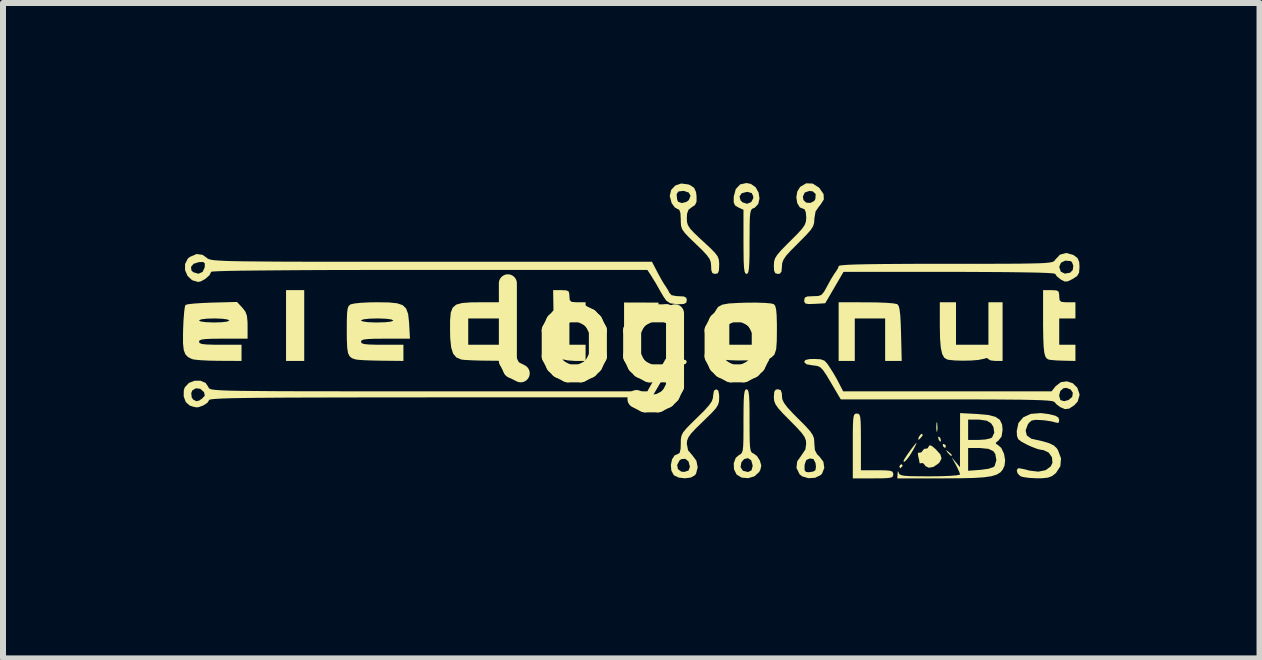
<source format=kicad_pcb>
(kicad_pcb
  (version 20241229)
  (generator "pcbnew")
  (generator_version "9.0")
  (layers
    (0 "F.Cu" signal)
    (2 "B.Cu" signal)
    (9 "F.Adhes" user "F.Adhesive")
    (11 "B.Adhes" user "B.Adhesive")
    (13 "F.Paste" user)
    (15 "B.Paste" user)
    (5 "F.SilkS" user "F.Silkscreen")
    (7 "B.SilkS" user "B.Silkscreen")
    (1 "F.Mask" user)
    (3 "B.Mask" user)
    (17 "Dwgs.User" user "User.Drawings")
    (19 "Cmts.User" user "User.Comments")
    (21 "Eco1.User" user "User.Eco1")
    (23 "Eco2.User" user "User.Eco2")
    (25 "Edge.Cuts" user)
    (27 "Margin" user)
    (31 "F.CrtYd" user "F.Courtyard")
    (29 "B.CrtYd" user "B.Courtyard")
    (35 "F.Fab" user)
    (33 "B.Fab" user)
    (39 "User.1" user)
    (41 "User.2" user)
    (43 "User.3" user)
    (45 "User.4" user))
  (footprint "logo"
    (layer "F.Cu")
    (at 7.485 2.493)
    (property "Reference" "logo" (at 0 0 0) (layer "F.SilkS") (effects (font (size 1.5 1.5) (thickness 0.3))))
    (attr board_only exclude_from_pos_files exclude_from_bom)
    (fp_poly (pts (xy 5.126 1.745) (xy 5.139 1.769) (xy 5.147 1.817) (xy 5.125 1.808) (xy 5.109 1.786) (xy 5.099 1.741) (xy 5.103 1.733)) (stroke (width 0) (type solid)) (fill yes) (layer "F.SilkS"))
    (fp_poly (pts (xy -5.465 -0.118) (xy -5.465 0.472) (xy -5.616 0.472) (xy -5.768 0.472) (xy -5.768 -0.118) (xy -5.768 -0.708) (xy -5.616 -0.708) (xy -5.465 -0.708)) (stroke (width 0) (type solid)) (fill yes) (layer "F.SilkS"))
    (fp_poly (pts (xy 4.508 2.213) (xy 4.503 2.226) (xy 4.473 2.258) (xy 4.467 2.26) (xy 4.453 2.234) (xy 4.453 2.226) (xy 4.479 2.194) (xy 4.488 2.193)) (stroke (width 0) (type solid)) (fill yes) (layer "F.SilkS"))
    (fp_poly (pts (xy 4.843 1.707) (xy 4.824 1.737) (xy 4.784 1.779) (xy 4.77 1.788) (xy 4.77 1.762) (xy 4.778 1.737) (xy 4.813 1.692) (xy 4.831 1.687)) (stroke (width 0) (type solid)) (fill yes) (layer "F.SilkS"))
    (fp_poly (pts (xy 5.084 1.51) (xy 5.089 1.598) (xy 5.083 1.645) (xy 5.074 1.653) (xy 5.069 1.604) (xy 5.068 1.569) (xy 5.072 1.503) (xy 5.079 1.493)) (stroke (width 0) (type solid)) (fill yes) (layer "F.SilkS"))
    (fp_poly (pts (xy 5.227 1.88) (xy 5.228 1.889) (xy 5.217 1.922) (xy 5.214 1.923) (xy 5.185 1.899) (xy 5.178 1.889) (xy 5.18 1.858) (xy 5.193 1.855)) (stroke (width 0) (type solid)) (fill yes) (layer "F.SilkS"))
    (fp_poly (pts (xy 5.246 1.967) (xy 5.271 1.986) (xy 5.317 2.027) (xy 5.33 2.045) (xy 5.313 2.055) (xy 5.268 2.012) (xy 5.258 1.999) (xy 5.229 1.959)) (stroke (width 0) (type solid)) (fill yes) (layer "F.SilkS"))
    (fp_poly (pts (xy 0.152 -0.501) (xy 0.439 -0.5) (xy 0.439 -0.368) (xy 0.439 -0.236) (xy 0.287 -0.236) (xy 0.135 -0.236) (xy 0.135 0.118) (xy 0.135 0.472) (xy 0 0.472) (xy -0.135 0.472) (xy -0.135 -0.015) (xy -0.135 -0.502)) (stroke (width 0) (type solid)) (fill yes) (layer "F.SilkS"))
    (fp_poly (pts (xy 4.738 1.845) (xy 4.714 1.897) (xy 4.686 1.95) (xy 4.628 2.046) (xy 4.575 2.117) (xy 4.535 2.154) (xy 4.52 2.144) (xy 4.538 2.106) (xy 4.584 2.035) (xy 4.643 1.952) (xy 4.702 1.876) (xy 4.734 1.838)) (stroke (width 0) (type solid)) (fill yes) (layer "F.SilkS"))
    (fp_poly (pts (xy 3.904 -0.505) (xy 4.078 -0.503) (xy 4.23 -0.497) (xy 4.346 -0.488) (xy 4.412 -0.476) (xy 4.419 -0.473) (xy 4.441 -0.445) (xy 4.456 -0.388) (xy 4.468 -0.29) (xy 4.476 -0.142) (xy 4.481 0.016) (xy 4.492 0.472) (xy 4.354 0.472) (xy 4.216 0.472) (xy 4.216 0.118) (xy 4.216 -0.236) (xy 3.963 -0.236) (xy 3.71 -0.236) (xy 3.71 0.118) (xy 3.71 0.472) (xy 3.576 0.472) (xy 3.441 0.472) (xy 3.441 -0.017) (xy 3.441 -0.506)) (stroke (width 0) (type solid)) (fill yes) (layer "F.SilkS"))
    (fp_poly (pts (xy 4.997 1.891) (xy 5.06 1.945) (xy 5.136 2.029) (xy 5.156 2.096) (xy 5.124 2.16) (xy 5.101 2.184) (xy 5.021 2.238) (xy 4.943 2.252) (xy 4.887 2.224) (xy 4.879 2.209) (xy 4.845 2.173) (xy 4.824 2.176) (xy 4.792 2.178) (xy 4.789 2.169) (xy 4.781 2.118) (xy 4.767 2.061) (xy 4.761 2.004) (xy 4.781 2.002) (xy 4.821 1.995) (xy 4.837 1.971) (xy 4.869 1.935) (xy 4.887 1.937) (xy 4.923 1.928) (xy 4.938 1.903) (xy 4.959 1.876)) (stroke (width 0) (type solid)) (fill yes) (layer "F.SilkS"))
    (fp_poly (pts (xy -2.024 -0.371) (xy -2.024 -0.236) (xy -2.378 -0.236) (xy -2.732 -0.236) (xy -2.732 -0.017) (xy -2.732 0.202) (xy -2.344 0.202) (xy -1.956 0.202) (xy -1.956 0.337) (xy -1.956 0.472) (xy -2.37 0.468) (xy -2.536 0.466) (xy -2.682 0.461) (xy -2.792 0.455) (xy -2.85 0.448) (xy -2.929 0.415) (xy -2.983 0.352) (xy -3.016 0.25) (xy -3.032 0.097) (xy -3.035 -0.042) (xy -3.034 -0.211) (xy -3.023 -0.333) (xy -2.992 -0.415) (xy -2.933 -0.466) (xy -2.836 -0.493) (xy -2.691 -0.504) (xy -2.489 -0.506) (xy -2.462 -0.506) (xy -2.024 -0.506)) (stroke (width 0) (type solid)) (fill yes) (layer "F.SilkS"))
    (fp_poly (pts (xy 3.771 1.353) (xy 3.789 1.37) (xy 3.801 1.412) (xy 3.808 1.488) (xy 3.811 1.61) (xy 3.812 1.786) (xy 3.812 1.822) (xy 3.812 2.294) (xy 4.082 2.294) (xy 4.216 2.295) (xy 4.297 2.302) (xy 4.337 2.317) (xy 4.35 2.343) (xy 4.351 2.361) (xy 4.347 2.392) (xy 4.325 2.412) (xy 4.273 2.423) (xy 4.18 2.428) (xy 4.032 2.429) (xy 4.014 2.429) (xy 3.677 2.429) (xy 3.677 1.889) (xy 3.677 1.687) (xy 3.679 1.543) (xy 3.684 1.447) (xy 3.693 1.389) (xy 3.707 1.36) (xy 3.727 1.35) (xy 3.744 1.349)) (stroke (width 0) (type solid)) (fill yes) (layer "F.SilkS"))
    (fp_poly (pts (xy 5.397 -0.152) (xy 5.397 0.202) (xy 5.667 0.202) (xy 5.937 0.202) (xy 5.937 -0.152) (xy 5.937 -0.506) (xy 6.055 -0.506) (xy 6.173 -0.506) (xy 6.173 -0.017) (xy 6.173 0.472) (xy 6.055 0.472) (xy 5.977 0.464) (xy 5.938 0.444) (xy 5.937 0.439) (xy 5.91 0.423) (xy 5.85 0.439) (xy 5.771 0.455) (xy 5.65 0.465) (xy 5.51 0.468) (xy 5.375 0.464) (xy 5.271 0.453) (xy 5.252 0.449) (xy 5.202 0.42) (xy 5.167 0.358) (xy 5.144 0.255) (xy 5.131 0.102) (xy 5.127 -0.109) (xy 5.127 -0.12) (xy 5.127 -0.506) (xy 5.262 -0.506) (xy 5.397 -0.506)) (stroke (width 0) (type solid)) (fill yes) (layer "F.SilkS"))
    (fp_poly (pts (xy -1.095 -0.704) (xy -1.056 -0.683) (xy -1.046 -0.63) (xy -1.046 -0.607) (xy -1.04 -0.542) (xy -1.011 -0.513) (xy -0.94 -0.506) (xy -0.911 -0.506) (xy -0.776 -0.506) (xy -0.776 -0.371) (xy -0.776 -0.236) (xy -0.911 -0.236) (xy -1.046 -0.236) (xy -1.046 -0.017) (xy -1.046 0.202) (xy -0.911 0.202) (xy -0.776 0.202) (xy -0.776 0.337) (xy -0.776 0.472) (xy -0.953 0.472) (xy -1.073 0.463) (xy -1.177 0.442) (xy -1.214 0.429) (xy -1.246 0.411) (xy -1.268 0.388) (xy -1.284 0.35) (xy -1.294 0.285) (xy -1.3 0.183) (xy -1.304 0.035) (xy -1.308 -0.161) (xy -1.317 -0.708) (xy -1.181 -0.708)) (stroke (width 0) (type solid)) (fill yes) (layer "F.SilkS"))
    (fp_poly (pts (xy 7.069 -0.704) (xy 7.107 -0.683) (xy 7.117 -0.629) (xy 7.117 -0.607) (xy 7.123 -0.542) (xy 7.152 -0.513) (xy 7.223 -0.506) (xy 7.252 -0.506) (xy 7.387 -0.506) (xy 7.387 -0.371) (xy 7.387 -0.236) (xy 7.252 -0.236) (xy 7.117 -0.236) (xy 7.117 -0.017) (xy 7.117 0.202) (xy 7.252 0.202) (xy 7.387 0.202) (xy 7.387 0.337) (xy 7.387 0.472) (xy 7.193 0.468) (xy 7.077 0.464) (xy 6.982 0.456) (xy 6.944 0.45) (xy 6.91 0.433) (xy 6.885 0.397) (xy 6.868 0.333) (xy 6.857 0.232) (xy 6.851 0.085) (xy 6.848 -0.117) (xy 6.848 -0.211) (xy 6.848 -0.708) (xy 6.982 -0.708)) (stroke (width 0) (type solid)) (fill yes) (layer "F.SilkS"))
    (fp_poly (pts (xy 2.212 -0.495) (xy 2.315 -0.486) (xy 2.361 -0.474) (xy 2.384 -0.445) (xy 2.399 -0.387) (xy 2.408 -0.287) (xy 2.412 -0.136) (xy 2.412 -0.053) (xy 2.41 0.141) (xy 2.4 0.278) (xy 2.37 0.368) (xy 2.311 0.422) (xy 2.214 0.449) (xy 2.067 0.459) (xy 1.913 0.463) (xy 1.753 0.464) (xy 1.612 0.459) (xy 1.507 0.45) (xy 1.461 0.44) (xy 1.402 0.379) (xy 1.365 0.257) (xy 1.351 0.077) (xy 1.354 -0.017) (xy 1.619 -0.017) (xy 1.619 0.202) (xy 1.889 0.202) (xy 2.159 0.202) (xy 2.159 -0.017) (xy 2.159 -0.236) (xy 1.889 -0.236) (xy 1.619 -0.236) (xy 1.619 -0.017) (xy 1.354 -0.017) (xy 1.358 -0.141) (xy 1.37 -0.273) (xy 1.391 -0.366) (xy 1.432 -0.428) (xy 1.502 -0.466) (xy 1.613 -0.486) (xy 1.776 -0.495) (xy 1.899 -0.499) (xy 2.068 -0.5)) (stroke (width 0) (type solid)) (fill yes) (layer "F.SilkS"))
    (fp_poly (pts (xy 1.979 -2.478) (xy 2.058 -2.422) (xy 2.107 -2.334) (xy 2.122 -2.235) (xy 2.102 -2.145) (xy 2.045 -2.083) (xy 2.024 -2.074) (xy 1.999 -2.063) (xy 1.981 -2.039) (xy 1.969 -1.994) (xy 1.961 -1.917) (xy 1.958 -1.798) (xy 1.957 -1.626) (xy 1.956 -1.516) (xy 1.956 -1.311) (xy 1.952 -1.164) (xy 1.946 -1.067) (xy 1.936 -1.01) (xy 1.921 -0.983) (xy 1.906 -0.978) (xy 1.887 -0.987) (xy 1.873 -1.02) (xy 1.864 -1.086) (xy 1.858 -1.195) (xy 1.856 -1.355) (xy 1.855 -1.513) (xy 1.855 -2.047) (xy 1.769 -2.086) (xy 1.714 -2.12) (xy 1.692 -2.171) (xy 1.693 -2.263) (xy 1.693 -2.268) (xy 1.693 -2.268) (xy 1.789 -2.268) (xy 1.807 -2.203) (xy 1.839 -2.171) (xy 1.915 -2.147) (xy 1.983 -2.174) (xy 2.018 -2.238) (xy 2.018 -2.271) (xy 1.993 -2.325) (xy 1.928 -2.344) (xy 1.906 -2.344) (xy 1.825 -2.322) (xy 1.789 -2.268) (xy 1.693 -2.268) (xy 1.727 -2.393) (xy 1.8 -2.47) (xy 1.905 -2.493)) (stroke (width 0) (type solid)) (fill yes) (layer "F.SilkS"))
    (fp_poly (pts (xy 1.925 0.954) (xy 1.939 0.987) (xy 1.948 1.053) (xy 1.954 1.163) (xy 1.956 1.324) (xy 1.956 1.47) (xy 1.957 1.67) (xy 1.959 1.812) (xy 1.965 1.907) (xy 1.975 1.965) (xy 1.99 1.996) (xy 2.012 2.011) (xy 2.021 2.013) (xy 2.079 2.055) (xy 2.127 2.13) (xy 2.128 2.132) (xy 2.152 2.216) (xy 2.136 2.287) (xy 2.116 2.323) (xy 2.039 2.394) (xy 1.933 2.426) (xy 1.824 2.416) (xy 1.741 2.366) (xy 1.697 2.278) (xy 1.695 2.241) (xy 1.806 2.241) (xy 1.845 2.302) (xy 1.925 2.322) (xy 1.937 2.321) (xy 1.989 2.295) (xy 2.007 2.227) (xy 2.007 2.209) (xy 1.984 2.128) (xy 1.93 2.092) (xy 1.865 2.108) (xy 1.821 2.159) (xy 1.806 2.241) (xy 1.695 2.241) (xy 1.693 2.176) (xy 1.726 2.087) (xy 1.779 2.041) (xy 1.808 2.026) (xy 1.828 2.003) (xy 1.842 1.962) (xy 1.85 1.892) (xy 1.854 1.783) (xy 1.855 1.624) (xy 1.855 1.476) (xy 1.856 1.273) (xy 1.859 1.127) (xy 1.866 1.031) (xy 1.876 0.975) (xy 1.891 0.949) (xy 1.906 0.944)) (stroke (width 0) (type solid)) (fill yes) (layer "F.SilkS"))
    (fp_poly (pts (xy -6.497 -0.416) (xy -6.447 -0.352) (xy -6.42 -0.281) (xy -6.41 -0.18) (xy -6.409 -0.11) (xy -6.409 0.101) (xy -6.814 0.101) (xy -6.988 0.102) (xy -7.106 0.107) (xy -7.176 0.116) (xy -7.211 0.132) (xy -7.219 0.152) (xy -7.208 0.175) (xy -7.168 0.19) (xy -7.088 0.198) (xy -6.958 0.202) (xy -6.864 0.202) (xy -6.51 0.202) (xy -6.51 0.337) (xy -6.51 0.472) (xy -6.89 0.47) (xy -7.049 0.467) (xy -7.189 0.46) (xy -7.293 0.45) (xy -7.338 0.44) (xy -7.403 0.407) (xy -7.447 0.36) (xy -7.473 0.289) (xy -7.485 0.181) (xy -7.485 0.023) (xy -7.483 -0.063) (xy -7.477 -0.202) (xy -7.219 -0.202) (xy -7.187 -0.185) (xy -7.102 -0.174) (xy -6.977 -0.169) (xy -6.966 -0.169) (xy -6.838 -0.173) (xy -6.749 -0.184) (xy -6.713 -0.201) (xy -6.713 -0.202) (xy -6.744 -0.219) (xy -6.829 -0.231) (xy -6.954 -0.236) (xy -6.966 -0.236) (xy -7.093 -0.232) (xy -7.182 -0.221) (xy -7.218 -0.204) (xy -7.219 -0.202) (xy -7.477 -0.202) (xy -7.476 -0.216) (xy -7.466 -0.343) (xy -7.454 -0.43) (xy -7.444 -0.461) (xy -7.401 -0.473) (xy -7.305 -0.484) (xy -7.169 -0.493) (xy -7.008 -0.5) (xy -7 -0.5) (xy -6.585 -0.511)) (stroke (width 0) (type solid)) (fill yes) (layer "F.SilkS"))
    (fp_poly (pts (xy 1.435 0.966) (xy 1.449 1.038) (xy 1.45 1.084) (xy 1.447 1.148) (xy 1.431 1.203) (xy 1.395 1.262) (xy 1.328 1.336) (xy 1.223 1.439) (xy 1.181 1.48) (xy 1.06 1.598) (xy 0.981 1.683) (xy 0.936 1.747) (xy 0.915 1.802) (xy 0.911 1.854) (xy 0.932 1.962) (xy 1.001 2.042) (xy 1.07 2.134) (xy 1.092 2.245) (xy 1.065 2.35) (xy 1.047 2.376) (xy 0.979 2.415) (xy 0.877 2.428) (xy 0.773 2.415) (xy 0.696 2.378) (xy 0.694 2.376) (xy 0.653 2.3) (xy 0.645 2.206) (xy 0.645 2.205) (xy 0.75 2.205) (xy 0.762 2.274) (xy 0.819 2.317) (xy 0.871 2.321) (xy 0.94 2.298) (xy 0.961 2.24) (xy 0.961 2.23) (xy 0.939 2.147) (xy 0.885 2.103) (xy 0.818 2.109) (xy 0.79 2.13) (xy 0.75 2.205) (xy 0.645 2.205) (xy 0.664 2.113) (xy 0.707 2.046) (xy 0.76 2.024) (xy 0.791 2.005) (xy 0.807 1.94) (xy 0.81 1.853) (xy 0.811 1.777) (xy 0.822 1.718) (xy 0.849 1.662) (xy 0.903 1.597) (xy 0.991 1.507) (xy 1.079 1.421) (xy 1.202 1.3) (xy 1.281 1.211) (xy 1.327 1.145) (xy 1.346 1.088) (xy 1.349 1.052) (xy 1.363 0.969) (xy 1.4 0.944)) (stroke (width 0) (type solid)) (fill yes) (layer "F.SilkS"))
    (fp_poly (pts (xy 2.476 0.959) (xy 2.495 1.014) (xy 2.496 1.055) (xy 2.503 1.112) (xy 2.53 1.17) (xy 2.584 1.243) (xy 2.675 1.342) (xy 2.766 1.434) (xy 2.884 1.552) (xy 2.961 1.637) (xy 3.006 1.701) (xy 3.029 1.756) (xy 3.035 1.817) (xy 3.036 1.85) (xy 3.045 1.957) (xy 3.082 2.028) (xy 3.12 2.064) (xy 3.187 2.152) (xy 3.202 2.255) (xy 3.164 2.351) (xy 3.143 2.373) (xy 3.05 2.419) (xy 2.937 2.426) (xy 2.834 2.396) (xy 2.79 2.361) (xy 2.757 2.293) (xy 2.873 2.293) (xy 2.899 2.323) (xy 2.947 2.327) (xy 3.02 2.315) (xy 3.054 2.292) (xy 3.063 2.234) (xy 3.055 2.172) (xy 3.022 2.108) (xy 2.96 2.097) (xy 2.959 2.098) (xy 2.902 2.124) (xy 2.876 2.193) (xy 2.873 2.218) (xy 2.873 2.293) (xy 2.757 2.293) (xy 2.738 2.256) (xy 2.75 2.146) (xy 2.816 2.053) (xy 2.886 1.948) (xy 2.9 1.854) (xy 2.895 1.796) (xy 2.873 1.74) (xy 2.826 1.673) (xy 2.746 1.584) (xy 2.631 1.467) (xy 2.512 1.347) (xy 2.434 1.26) (xy 2.389 1.195) (xy 2.367 1.139) (xy 2.361 1.079) (xy 2.361 1.072) (xy 2.368 0.987) (xy 2.393 0.95) (xy 2.429 0.944)) (stroke (width 0) (type solid)) (fill yes) (layer "F.SilkS"))
    (fp_poly (pts (xy 6.944 1.358) (xy 7.05 1.384) (xy 7.102 1.414) (xy 7.117 1.457) (xy 7.117 1.459) (xy 7.105 1.506) (xy 7.058 1.498) (xy 6.991 1.48) (xy 6.887 1.464) (xy 6.825 1.458) (xy 6.719 1.454) (xy 6.656 1.466) (xy 6.614 1.503) (xy 6.594 1.53) (xy 6.557 1.63) (xy 6.577 1.714) (xy 6.65 1.767) (xy 6.673 1.773) (xy 6.839 1.81) (xy 6.952 1.844) (xy 7.026 1.88) (xy 7.074 1.925) (xy 7.095 1.956) (xy 7.147 2.096) (xy 7.136 2.227) (xy 7.063 2.339) (xy 7.059 2.343) (xy 6.997 2.391) (xy 6.929 2.417) (xy 6.831 2.427) (xy 6.747 2.428) (xy 6.623 2.422) (xy 6.521 2.408) (xy 6.468 2.392) (xy 6.424 2.347) (xy 6.409 2.295) (xy 6.43 2.262) (xy 6.442 2.26) (xy 6.493 2.268) (xy 6.582 2.289) (xy 6.624 2.3) (xy 6.769 2.317) (xy 6.891 2.292) (xy 6.976 2.229) (xy 7.004 2.17) (xy 6.996 2.077) (xy 6.941 1.999) (xy 6.855 1.958) (xy 6.832 1.956) (xy 6.763 1.942) (xy 6.66 1.904) (xy 6.584 1.869) (xy 6.486 1.817) (xy 6.433 1.775) (xy 6.413 1.722) (xy 6.409 1.641) (xy 6.409 1.64) (xy 6.437 1.507) (xy 6.518 1.411) (xy 6.645 1.354) (xy 6.813 1.341)) (stroke (width 0) (type solid)) (fill yes) (layer "F.SilkS"))
    (fp_poly (pts (xy -4.058 -0.503) (xy -3.917 -0.489) (xy -3.823 -0.457) (xy -3.766 -0.4) (xy -3.734 -0.312) (xy -3.719 -0.185) (xy -3.716 -0.139) (xy -3.703 0.101) (xy -4.111 0.101) (xy -4.287 0.102) (xy -4.405 0.107) (xy -4.477 0.116) (xy -4.511 0.131) (xy -4.52 0.152) (xy -4.509 0.175) (xy -4.469 0.19) (xy -4.39 0.198) (xy -4.259 0.202) (xy -4.166 0.202) (xy -3.812 0.202) (xy -3.812 0.337) (xy -3.812 0.472) (xy -4.174 0.468) (xy -4.331 0.465) (xy -4.467 0.46) (xy -4.566 0.453) (xy -4.604 0.448) (xy -4.666 0.428) (xy -4.708 0.396) (xy -4.735 0.341) (xy -4.749 0.251) (xy -4.755 0.114) (xy -4.756 -0.037) (xy -4.755 -0.202) (xy -4.52 -0.202) (xy -4.488 -0.186) (xy -4.402 -0.174) (xy -4.274 -0.169) (xy -4.25 -0.169) (xy -4.117 -0.173) (xy -4.023 -0.183) (xy -3.981 -0.199) (xy -3.98 -0.202) (xy -4.012 -0.219) (xy -4.098 -0.231) (xy -4.226 -0.236) (xy -4.25 -0.236) (xy -4.384 -0.232) (xy -4.478 -0.221) (xy -4.519 -0.205) (xy -4.52 -0.202) (xy -4.755 -0.202) (xy -4.755 -0.208) (xy -4.751 -0.325) (xy -4.742 -0.398) (xy -4.726 -0.441) (xy -4.701 -0.465) (xy -4.691 -0.471) (xy -4.631 -0.485) (xy -4.522 -0.497) (xy -4.378 -0.504) (xy -4.256 -0.506)) (stroke (width 0) (type solid)) (fill yes) (layer "F.SilkS"))
    (fp_poly (pts (xy 3.007 -2.484) (xy 3.112 -2.418) (xy 3.122 -2.407) (xy 3.19 -2.308) (xy 3.194 -2.219) (xy 3.135 -2.126) (xy 3.12 -2.111) (xy 3.056 -2.018) (xy 3.036 -1.897) (xy 3.036 -1.892) (xy 3.032 -1.828) (xy 3.015 -1.773) (xy 2.977 -1.712) (xy 2.908 -1.634) (xy 2.801 -1.525) (xy 2.766 -1.49) (xy 2.646 -1.37) (xy 2.568 -1.284) (xy 2.523 -1.218) (xy 2.501 -1.162) (xy 2.496 -1.103) (xy 2.496 -1.101) (xy 2.489 -1.018) (xy 2.462 -0.983) (xy 2.429 -0.978) (xy 2.385 -0.989) (xy 2.365 -1.034) (xy 2.361 -1.117) (xy 2.365 -1.182) (xy 2.381 -1.237) (xy 2.418 -1.297) (xy 2.484 -1.374) (xy 2.588 -1.48) (xy 2.631 -1.522) (xy 2.75 -1.641) (xy 2.827 -1.725) (xy 2.873 -1.79) (xy 2.894 -1.845) (xy 2.901 -1.905) (xy 2.901 -1.923) (xy 2.893 -2.007) (xy 2.873 -2.054) (xy 2.865 -2.058) (xy 2.795 -2.086) (xy 2.751 -2.158) (xy 2.736 -2.254) (xy 2.738 -2.268) (xy 2.845 -2.268) (xy 2.855 -2.209) (xy 2.901 -2.166) (xy 2.97 -2.161) (xy 3.032 -2.193) (xy 3.053 -2.226) (xy 3.058 -2.31) (xy 3.01 -2.354) (xy 2.953 -2.361) (xy 2.877 -2.335) (xy 2.845 -2.268) (xy 2.738 -2.268) (xy 2.752 -2.352) (xy 2.8 -2.429) (xy 2.899 -2.488)) (stroke (width 0) (type solid)) (fill yes) (layer "F.SilkS"))
    (fp_poly (pts (xy 3.14 0.444) (xy 3.204 0.467) (xy 3.252 0.518) (xy 3.261 0.531) (xy 3.347 0.664) (xy 3.411 0.774) (xy 3.46 0.869) (xy 3.516 0.978) (xy 5.253 0.978) (xy 6.99 0.978) (xy 7.056 0.894) (xy 7.144 0.826) (xy 7.246 0.812) (xy 7.343 0.844) (xy 7.418 0.917) (xy 7.454 1.023) (xy 7.455 1.043) (xy 7.424 1.15) (xy 7.366 1.212) (xy 7.282 1.267) (xy 7.213 1.275) (xy 7.134 1.242) (xy 7.068 1.192) (xy 7.04 1.158) (xy 7.023 1.148) (xy 6.982 1.139) (xy 6.913 1.132) (xy 6.81 1.126) (xy 6.669 1.122) (xy 6.484 1.118) (xy 6.251 1.116) (xy 5.965 1.114) (xy 5.622 1.113) (xy 5.245 1.113) (xy 3.477 1.113) (xy 3.439 1.049) (xy 7.115 1.049) (xy 7.135 1.119) (xy 7.141 1.126) (xy 7.2 1.143) (xy 7.274 1.122) (xy 7.332 1.072) (xy 7.333 1.072) (xy 7.344 1.004) (xy 7.307 0.948) (xy 7.238 0.921) (xy 7.189 0.926) (xy 7.135 0.973) (xy 7.115 1.049) (xy 3.439 1.049) (xy 3.313 0.835) (xy 3.236 0.706) (xy 3.18 0.624) (xy 3.135 0.578) (xy 3.087 0.556) (xy 3.025 0.547) (xy 3.008 0.546) (xy 2.907 0.528) (xy 2.868 0.493) (xy 2.867 0.487) (xy 2.888 0.456) (xy 2.956 0.441) (xy 3.034 0.439)) (stroke (width 0) (type solid)) (fill yes) (layer "F.SilkS"))
    (fp_poly (pts (xy 0.937 -2.469) (xy 0.969 -2.456) (xy 1.033 -2.412) (xy 1.064 -2.343) (xy 1.073 -2.275) (xy 1.073 -2.181) (xy 1.048 -2.127) (xy 0.997 -2.092) (xy 0.939 -2.048) (xy 0.915 -1.982) (xy 0.911 -1.908) (xy 0.914 -1.843) (xy 0.93 -1.789) (xy 0.967 -1.732) (xy 1.034 -1.66) (xy 1.14 -1.559) (xy 1.181 -1.522) (xy 1.3 -1.411) (xy 1.377 -1.333) (xy 1.423 -1.273) (xy 1.444 -1.219) (xy 1.45 -1.159) (xy 1.45 -1.127) (xy 1.446 -1.033) (xy 1.427 -0.989) (xy 1.385 -0.978) (xy 1.383 -0.978) (xy 1.338 -0.99) (xy 1.319 -1.038) (xy 1.316 -1.106) (xy 1.311 -1.169) (xy 1.291 -1.226) (xy 1.247 -1.288) (xy 1.171 -1.371) (xy 1.063 -1.475) (xy 0.949 -1.585) (xy 0.876 -1.662) (xy 0.834 -1.721) (xy 0.815 -1.778) (xy 0.81 -1.845) (xy 0.81 -1.887) (xy 0.804 -1.994) (xy 0.785 -2.047) (xy 0.76 -2.058) (xy 0.712 -2.085) (xy 0.662 -2.152) (xy 0.657 -2.161) (xy 0.626 -2.278) (xy 0.627 -2.283) (xy 0.742 -2.283) (xy 0.751 -2.212) (xy 0.765 -2.181) (xy 0.828 -2.159) (xy 0.904 -2.178) (xy 0.944 -2.209) (xy 0.973 -2.279) (xy 0.943 -2.334) (xy 0.863 -2.361) (xy 0.844 -2.361) (xy 0.771 -2.352) (xy 0.744 -2.314) (xy 0.742 -2.283) (xy 0.627 -2.283) (xy 0.65 -2.378) (xy 0.718 -2.451) (xy 0.818 -2.485)) (stroke (width 0) (type solid)) (fill yes) (layer "F.SilkS"))
    (fp_poly (pts (xy 5.75 1.356) (xy 5.93 1.372) (xy 6.053 1.403) (xy 6.128 1.454) (xy 6.165 1.532) (xy 6.173 1.622) (xy 6.156 1.733) (xy 6.104 1.799) (xy 6.059 1.837) (xy 6.069 1.859) (xy 6.089 1.867) (xy 6.152 1.923) (xy 6.197 2.019) (xy 6.216 2.13) (xy 6.205 2.218) (xy 6.177 2.28) (xy 6.137 2.329) (xy 6.076 2.366) (xy 5.988 2.393) (xy 5.865 2.411) (xy 5.697 2.422) (xy 5.479 2.427) (xy 5.202 2.429) (xy 5.177 2.429) (xy 4.419 2.429) (xy 4.423 2.353) (xy 4.428 2.307) (xy 4.439 2.326) (xy 4.442 2.336) (xy 4.454 2.359) (xy 4.483 2.375) (xy 4.54 2.386) (xy 4.633 2.392) (xy 4.775 2.394) (xy 4.961 2.395) (xy 5.149 2.393) (xy 5.302 2.387) (xy 5.409 2.378) (xy 5.461 2.367) (xy 5.465 2.363) (xy 5.449 2.316) (xy 5.411 2.236) (xy 5.394 2.203) (xy 5.322 2.075) (xy 5.393 2.159) (xy 5.463 2.243) (xy 5.463 2.112) (xy 5.599 2.112) (xy 5.599 2.302) (xy 5.805 2.287) (xy 5.937 2.269) (xy 6.021 2.241) (xy 6.04 2.224) (xy 6.07 2.125) (xy 6.051 2.022) (xy 6.019 1.976) (xy 5.936 1.937) (xy 5.793 1.923) (xy 5.783 1.923) (xy 5.599 1.923) (xy 5.599 2.112) (xy 5.463 2.112) (xy 5.464 1.792) (xy 5.464 1.619) (xy 5.599 1.619) (xy 5.599 1.788) (xy 5.778 1.788) (xy 5.887 1.781) (xy 5.97 1.762) (xy 5.998 1.747) (xy 6.035 1.667) (xy 6.02 1.572) (xy 5.982 1.512) (xy 5.91 1.468) (xy 5.793 1.451) (xy 5.763 1.45) (xy 5.599 1.45) (xy 5.599 1.619) (xy 5.464 1.619) (xy 5.465 1.341)) (stroke (width 0) (type solid)) (fill yes) (layer "F.SilkS"))
    (fp_poly (pts (xy 0.843 0.443) (xy 0.897 0.461) (xy 0.911 0.489) (xy 0.888 0.524) (xy 0.814 0.539) (xy 0.776 0.54) (xy 0.712 0.542) (xy 0.664 0.556) (xy 0.621 0.594) (xy 0.571 0.665) (xy 0.501 0.782) (xy 0.485 0.81) (xy 0.328 1.079) (xy -3.361 1.079) (xy -3.952 1.08) (xy -4.479 1.08) (xy -4.946 1.081) (xy -5.355 1.082) (xy -5.71 1.083) (xy -6.015 1.085) (xy -6.273 1.087) (xy -6.487 1.09) (xy -6.661 1.093) (xy -6.798 1.097) (xy -6.901 1.102) (xy -6.975 1.107) (xy -7.022 1.113) (xy -7.045 1.119) (xy -7.05 1.125) (xy -7.078 1.169) (xy -7.145 1.213) (xy -7.223 1.242) (xy -7.262 1.246) (xy -7.325 1.232) (xy -7.376 1.214) (xy -7.439 1.157) (xy -7.474 1.063) (xy -7.473 1.008) (xy -7.348 1.008) (xy -7.34 1.081) (xy -7.314 1.117) (xy -7.262 1.143) (xy -7.215 1.132) (xy -7.166 1.098) (xy -7.122 1.05) (xy -7.134 0.996) (xy -7.138 0.989) (xy -7.198 0.936) (xy -7.27 0.928) (xy -7.329 0.962) (xy -7.348 1.008) (xy -7.473 1.008) (xy -7.472 0.96) (xy -7.455 0.911) (xy -7.386 0.838) (xy -7.292 0.802) (xy -7.192 0.802) (xy -7.107 0.839) (xy -7.06 0.911) (xy -7.056 0.922) (xy -7.048 0.931) (xy -7.032 0.939) (xy -7.005 0.947) (xy -6.962 0.953) (xy -6.9 0.958) (xy -6.815 0.963) (xy -6.704 0.967) (xy -6.562 0.97) (xy -6.386 0.972) (xy -6.172 0.974) (xy -5.916 0.976) (xy -5.614 0.977) (xy -5.263 0.977) (xy -4.86 0.978) (xy -4.399 0.978) (xy -3.878 0.978) (xy -3.395 0.978) (xy 0.253 0.978) (xy 0.405 0.708) (xy 0.557 0.439) (xy 0.734 0.439)) (stroke (width 0) (type solid)) (fill yes) (layer "F.SilkS"))
    (fp_poly (pts (xy -7.159 -1.296) (xy -7.091 -1.248) (xy -7.079 -1.237) (xy -7.063 -1.228) (xy -7.04 -1.22) (xy -7.006 -1.212) (xy -6.958 -1.206) (xy -6.89 -1.201) (xy -6.801 -1.196) (xy -6.685 -1.192) (xy -6.539 -1.189) (xy -6.359 -1.187) (xy -6.142 -1.185) (xy -5.884 -1.183) (xy -5.58 -1.182) (xy -5.227 -1.181) (xy -4.821 -1.181) (xy -4.359 -1.181) (xy -3.836 -1.181) (xy -3.344 -1.181) (xy 0.33 -1.181) (xy 0.422 -1.004) (xy 0.479 -0.898) (xy 0.53 -0.812) (xy 0.555 -0.776) (xy 0.603 -0.7) (xy 0.618 -0.666) (xy 0.656 -0.624) (xy 0.74 -0.608) (xy 0.775 -0.607) (xy 0.863 -0.602) (xy 0.903 -0.579) (xy 0.911 -0.54) (xy 0.9 -0.497) (xy 0.858 -0.477) (xy 0.766 -0.472) (xy 0.764 -0.472) (xy 0.637 -0.488) (xy 0.57 -0.531) (xy 0.522 -0.6) (xy 0.467 -0.693) (xy 0.459 -0.708) (xy 0.395 -0.821) (xy 0.327 -0.931) (xy 0.325 -0.936) (xy 0.253 -1.045) (xy -3.382 -1.045) (xy -3.991 -1.045) (xy -4.55 -1.044) (xy -5.057 -1.043) (xy -5.509 -1.041) (xy -5.905 -1.038) (xy -6.244 -1.035) (xy -6.524 -1.032) (xy -6.742 -1.028) (xy -6.898 -1.023) (xy -6.99 -1.018) (xy -7.016 -1.013) (xy -7.043 -0.958) (xy -7.108 -0.899) (xy -7.185 -0.855) (xy -7.233 -0.844) (xy -7.335 -0.874) (xy -7.41 -0.946) (xy -7.451 -1.042) (xy -7.451 -1.096) (xy -7.351 -1.096) (xy -7.346 -1.038) (xy -7.315 -1.007) (xy -7.228 -0.981) (xy -7.158 -1.012) (xy -7.123 -1.09) (xy -7.122 -1.154) (xy -7.15 -1.177) (xy -7.224 -1.174) (xy -7.308 -1.147) (xy -7.351 -1.096) (xy -7.451 -1.096) (xy -7.451 -1.143) (xy -7.406 -1.232) (xy -7.372 -1.261) (xy -7.258 -1.31)) (stroke (width 0) (type solid)) (fill yes) (layer "F.SilkS"))
    (fp_poly (pts (xy 7.348 -1.296) (xy 7.356 -1.292) (xy 7.422 -1.242) (xy 7.45 -1.177) (xy 7.455 -1.094) (xy 7.448 -1) (xy 7.416 -0.943) (xy 7.341 -0.894) (xy 7.34 -0.893) (xy 7.261 -0.855) (xy 7.209 -0.851) (xy 7.151 -0.88) (xy 7.137 -0.889) (xy 7.076 -0.939) (xy 7.05 -0.979) (xy 7.05 -0.979) (xy 7.017 -0.987) (xy 6.918 -0.994) (xy 6.756 -1) (xy 6.533 -1.004) (xy 6.251 -1.008) (xy 5.912 -1.01) (xy 5.518 -1.012) (xy 5.286 -1.012) (xy 3.522 -1.012) (xy 3.37 -0.751) (xy 3.217 -0.489) (xy 3.042 -0.479) (xy 2.94 -0.476) (xy 2.887 -0.485) (xy 2.869 -0.513) (xy 2.867 -0.538) (xy 2.877 -0.582) (xy 2.917 -0.602) (xy 3.006 -0.607) (xy 3.015 -0.607) (xy 3.1 -0.61) (xy 3.154 -0.629) (xy 3.197 -0.679) (xy 3.249 -0.773) (xy 3.255 -0.784) (xy 3.313 -0.89) (xy 3.367 -0.977) (xy 3.394 -1.015) (xy 3.432 -1.076) (xy 3.437 -1.095) (xy 7.117 -1.095) (xy 7.143 -1.016) (xy 7.21 -0.983) (xy 7.3 -0.999) (xy 7.342 -1.044) (xy 7.352 -1.114) (xy 7.329 -1.175) (xy 7.306 -1.192) (xy 7.218 -1.2) (xy 7.147 -1.165) (xy 7.117 -1.097) (xy 7.117 -1.095) (xy 3.437 -1.095) (xy 3.441 -1.107) (xy 3.458 -1.117) (xy 3.512 -1.124) (xy 3.608 -1.131) (xy 3.748 -1.136) (xy 3.937 -1.14) (xy 4.178 -1.143) (xy 4.475 -1.145) (xy 4.833 -1.147) (xy 5.227 -1.147) (xy 5.62 -1.147) (xy 5.95 -1.147) (xy 6.224 -1.148) (xy 6.447 -1.149) (xy 6.624 -1.152) (xy 6.761 -1.155) (xy 6.864 -1.159) (xy 6.937 -1.166) (xy 6.986 -1.173) (xy 7.017 -1.183) (xy 7.036 -1.195) (xy 7.047 -1.209) (xy 7.051 -1.216) (xy 7.129 -1.299) (xy 7.234 -1.327)) (stroke (width 0) (type solid)) (fill yes) (layer "F.SilkS")))
  (gr_rect
    (start -3 -3)
    (end 17.94 7.922)
    (stroke (width 0.1) (type default))
    (fill no)
    (layer "Edge.Cuts")))
</source>
